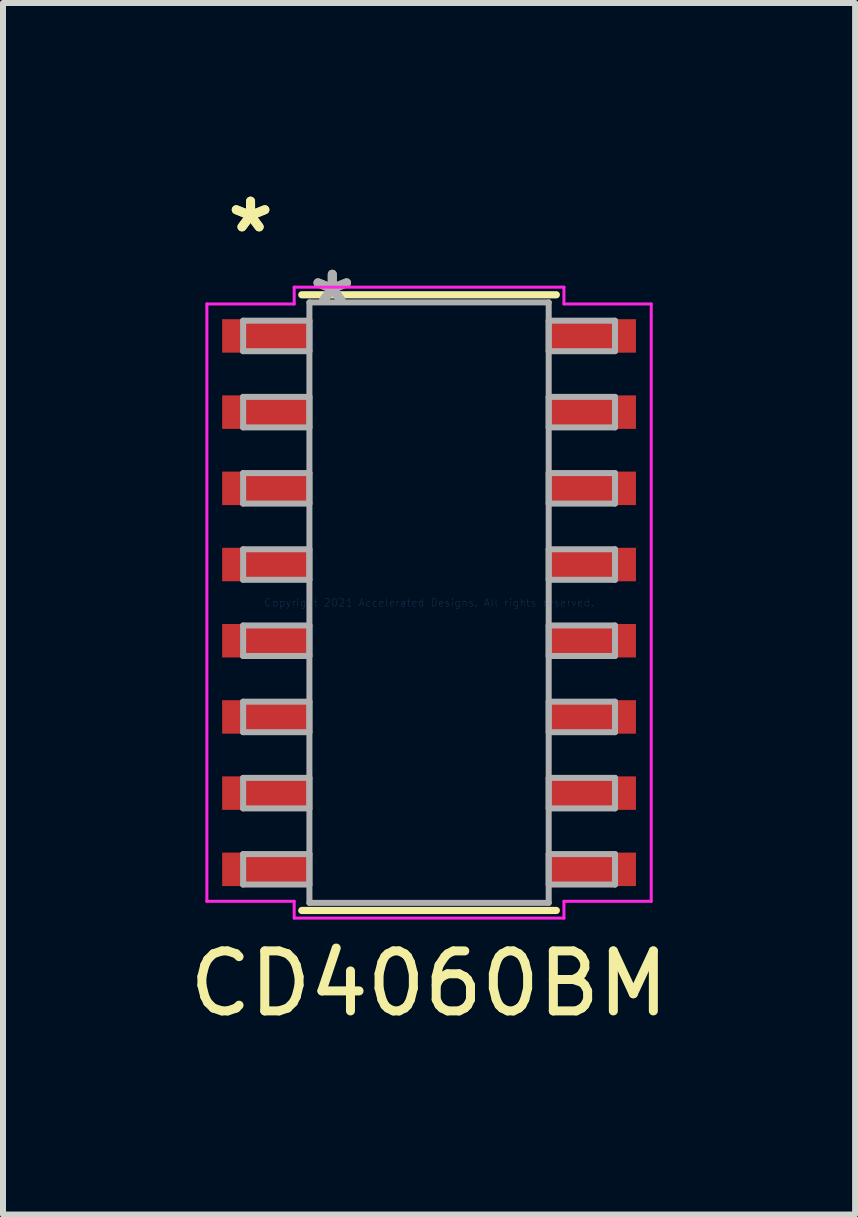
<source format=kicad_pcb>
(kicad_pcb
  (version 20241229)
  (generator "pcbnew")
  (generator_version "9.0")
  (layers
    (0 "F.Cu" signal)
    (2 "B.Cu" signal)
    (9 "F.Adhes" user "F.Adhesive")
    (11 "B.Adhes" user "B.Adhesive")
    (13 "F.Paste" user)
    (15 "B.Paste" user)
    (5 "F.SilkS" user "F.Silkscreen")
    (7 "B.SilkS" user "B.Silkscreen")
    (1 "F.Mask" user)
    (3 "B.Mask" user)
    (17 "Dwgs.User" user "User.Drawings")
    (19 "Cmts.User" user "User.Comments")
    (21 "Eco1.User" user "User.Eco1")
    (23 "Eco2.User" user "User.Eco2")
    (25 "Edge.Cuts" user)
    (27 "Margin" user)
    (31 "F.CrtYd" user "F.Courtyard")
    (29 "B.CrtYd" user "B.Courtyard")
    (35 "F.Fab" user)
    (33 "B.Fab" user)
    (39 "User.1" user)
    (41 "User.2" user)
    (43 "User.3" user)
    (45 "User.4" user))
  (footprint "CD4060BM"
    (layer "F.Cu")
    (at 4.101 6.994)
    (property "Reference" "CD4060BM" (at 0 6.35 0) (layer "F.SilkS") (effects (font (size 1 1) (thickness 0.15))))
    (attr through_hole)
    (fp_line (start -2.121 5.131) (end 2.121 5.131) (stroke (width 0.12) (type solid)) (layer "F.SilkS"))
    (fp_line (start 2.121 -5.131) (end -2.121 -5.131) (stroke (width 0.12) (type solid)) (layer "F.SilkS"))
    (fp_line (start -3.703 -4.978) (end -2.248 -4.978) (stroke (width 0.05) (type solid)) (layer "F.CrtYd"))
    (fp_line (start -3.703 4.978) (end -3.703 -4.978) (stroke (width 0.05) (type solid)) (layer "F.CrtYd"))
    (fp_line (start -2.248 -5.258) (end 2.248 -5.258) (stroke (width 0.05) (type solid)) (layer "F.CrtYd"))
    (fp_line (start -2.248 -4.978) (end -2.248 -5.258) (stroke (width 0.05) (type solid)) (layer "F.CrtYd"))
    (fp_line (start -2.248 4.978) (end -3.703 4.978) (stroke (width 0.05) (type solid)) (layer "F.CrtYd"))
    (fp_line (start -2.248 5.258) (end -2.248 4.978) (stroke (width 0.05) (type solid)) (layer "F.CrtYd"))
    (fp_line (start 2.248 -5.258) (end 2.248 -4.978) (stroke (width 0.05) (type solid)) (layer "F.CrtYd"))
    (fp_line (start 2.248 -4.978) (end 3.703 -4.978) (stroke (width 0.05) (type solid)) (layer "F.CrtYd"))
    (fp_line (start 2.248 4.978) (end 2.248 5.258) (stroke (width 0.05) (type solid)) (layer "F.CrtYd"))
    (fp_line (start 2.248 5.258) (end -2.248 5.258) (stroke (width 0.05) (type solid)) (layer "F.CrtYd"))
    (fp_line (start 3.703 -4.978) (end 3.703 4.978) (stroke (width 0.05) (type solid)) (layer "F.CrtYd"))
    (fp_line (start 3.703 4.978) (end 2.248 4.978) (stroke (width 0.05) (type solid)) (layer "F.CrtYd"))
    (fp_line (start -3.099 -4.699) (end -3.099 -4.191) (stroke (width 0.1) (type solid)) (layer "F.Fab"))
    (fp_line (start -3.099 -4.191) (end -1.994 -4.191) (stroke (width 0.1) (type solid)) (layer "F.Fab"))
    (fp_line (start -3.099 -3.429) (end -3.099 -2.921) (stroke (width 0.1) (type solid)) (layer "F.Fab"))
    (fp_line (start -3.099 -2.921) (end -1.994 -2.921) (stroke (width 0.1) (type solid)) (layer "F.Fab"))
    (fp_line (start -3.099 -2.159) (end -3.099 -1.651) (stroke (width 0.1) (type solid)) (layer "F.Fab"))
    (fp_line (start -3.099 -1.651) (end -1.994 -1.651) (stroke (width 0.1) (type solid)) (layer "F.Fab"))
    (fp_line (start -3.099 -0.889) (end -3.099 -0.381) (stroke (width 0.1) (type solid)) (layer "F.Fab"))
    (fp_line (start -3.099 -0.381) (end -1.994 -0.381) (stroke (width 0.1) (type solid)) (layer "F.Fab"))
    (fp_line (start -3.099 0.381) (end -3.099 0.889) (stroke (width 0.1) (type solid)) (layer "F.Fab"))
    (fp_line (start -3.099 0.889) (end -1.994 0.889) (stroke (width 0.1) (type solid)) (layer "F.Fab"))
    (fp_line (start -3.099 1.651) (end -3.099 2.159) (stroke (width 0.1) (type solid)) (layer "F.Fab"))
    (fp_line (start -3.099 2.159) (end -1.994 2.159) (stroke (width 0.1) (type solid)) (layer "F.Fab"))
    (fp_line (start -3.099 2.921) (end -3.099 3.429) (stroke (width 0.1) (type solid)) (layer "F.Fab"))
    (fp_line (start -3.099 3.429) (end -1.994 3.429) (stroke (width 0.1) (type solid)) (layer "F.Fab"))
    (fp_line (start -3.099 4.191) (end -3.099 4.699) (stroke (width 0.1) (type solid)) (layer "F.Fab"))
    (fp_line (start -3.099 4.699) (end -1.994 4.699) (stroke (width 0.1) (type solid)) (layer "F.Fab"))
    (fp_line (start -1.994 -5.004) (end -1.994 5.004) (stroke (width 0.1) (type solid)) (layer "F.Fab"))
    (fp_line (start -1.994 -4.699) (end -3.099 -4.699) (stroke (width 0.1) (type solid)) (layer "F.Fab"))
    (fp_line (start -1.994 -4.191) (end -1.994 -4.699) (stroke (width 0.1) (type solid)) (layer "F.Fab"))
    (fp_line (start -1.994 -3.429) (end -3.099 -3.429) (stroke (width 0.1) (type solid)) (layer "F.Fab"))
    (fp_line (start -1.994 -2.921) (end -1.994 -3.429) (stroke (width 0.1) (type solid)) (layer "F.Fab"))
    (fp_line (start -1.994 -2.159) (end -3.099 -2.159) (stroke (width 0.1) (type solid)) (layer "F.Fab"))
    (fp_line (start -1.994 -1.651) (end -1.994 -2.159) (stroke (width 0.1) (type solid)) (layer "F.Fab"))
    (fp_line (start -1.994 -0.889) (end -3.099 -0.889) (stroke (width 0.1) (type solid)) (layer "F.Fab"))
    (fp_line (start -1.994 -0.381) (end -1.994 -0.889) (stroke (width 0.1) (type solid)) (layer "F.Fab"))
    (fp_line (start -1.994 0.381) (end -3.099 0.381) (stroke (width 0.1) (type solid)) (layer "F.Fab"))
    (fp_line (start -1.994 0.889) (end -1.994 0.381) (stroke (width 0.1) (type solid)) (layer "F.Fab"))
    (fp_line (start -1.994 1.651) (end -3.099 1.651) (stroke (width 0.1) (type solid)) (layer "F.Fab"))
    (fp_line (start -1.994 2.159) (end -1.994 1.651) (stroke (width 0.1) (type solid)) (layer "F.Fab"))
    (fp_line (start -1.994 2.921) (end -3.099 2.921) (stroke (width 0.1) (type solid)) (layer "F.Fab"))
    (fp_line (start -1.994 3.429) (end -1.994 2.921) (stroke (width 0.1) (type solid)) (layer "F.Fab"))
    (fp_line (start -1.994 4.191) (end -3.099 4.191) (stroke (width 0.1) (type solid)) (layer "F.Fab"))
    (fp_line (start -1.994 4.699) (end -1.994 4.191) (stroke (width 0.1) (type solid)) (layer "F.Fab"))
    (fp_line (start -1.994 5.004) (end 1.994 5.004) (stroke (width 0.1) (type solid)) (layer "F.Fab"))
    (fp_line (start 1.994 -5.004) (end -1.994 -5.004) (stroke (width 0.1) (type solid)) (layer "F.Fab"))
    (fp_line (start 1.994 -4.699) (end 1.994 -4.191) (stroke (width 0.1) (type solid)) (layer "F.Fab"))
    (fp_line (start 1.994 -4.191) (end 3.099 -4.191) (stroke (width 0.1) (type solid)) (layer "F.Fab"))
    (fp_line (start 1.994 -3.429) (end 1.994 -2.921) (stroke (width 0.1) (type solid)) (layer "F.Fab"))
    (fp_line (start 1.994 -2.921) (end 3.099 -2.921) (stroke (width 0.1) (type solid)) (layer "F.Fab"))
    (fp_line (start 1.994 -2.159) (end 1.994 -1.651) (stroke (width 0.1) (type solid)) (layer "F.Fab"))
    (fp_line (start 1.994 -1.651) (end 3.099 -1.651) (stroke (width 0.1) (type solid)) (layer "F.Fab"))
    (fp_line (start 1.994 -0.889) (end 1.994 -0.381) (stroke (width 0.1) (type solid)) (layer "F.Fab"))
    (fp_line (start 1.994 -0.381) (end 3.099 -0.381) (stroke (width 0.1) (type solid)) (layer "F.Fab"))
    (fp_line (start 1.994 0.381) (end 1.994 0.889) (stroke (width 0.1) (type solid)) (layer "F.Fab"))
    (fp_line (start 1.994 0.889) (end 3.099 0.889) (stroke (width 0.1) (type solid)) (layer "F.Fab"))
    (fp_line (start 1.994 1.651) (end 1.994 2.159) (stroke (width 0.1) (type solid)) (layer "F.Fab"))
    (fp_line (start 1.994 2.159) (end 3.099 2.159) (stroke (width 0.1) (type solid)) (layer "F.Fab"))
    (fp_line (start 1.994 2.921) (end 1.994 3.429) (stroke (width 0.1) (type solid)) (layer "F.Fab"))
    (fp_line (start 1.994 3.429) (end 3.099 3.429) (stroke (width 0.1) (type solid)) (layer "F.Fab"))
    (fp_line (start 1.994 4.191) (end 1.994 4.699) (stroke (width 0.1) (type solid)) (layer "F.Fab"))
    (fp_line (start 1.994 4.699) (end 3.099 4.699) (stroke (width 0.1) (type solid)) (layer "F.Fab"))
    (fp_line (start 1.994 5.004) (end 1.994 -5.004) (stroke (width 0.1) (type solid)) (layer "F.Fab"))
    (fp_line (start 3.099 -4.699) (end 1.994 -4.699) (stroke (width 0.1) (type solid)) (layer "F.Fab"))
    (fp_line (start 3.099 -4.191) (end 3.099 -4.699) (stroke (width 0.1) (type solid)) (layer "F.Fab"))
    (fp_line (start 3.099 -3.429) (end 1.994 -3.429) (stroke (width 0.1) (type solid)) (layer "F.Fab"))
    (fp_line (start 3.099 -2.921) (end 3.099 -3.429) (stroke (width 0.1) (type solid)) (layer "F.Fab"))
    (fp_line (start 3.099 -2.159) (end 1.994 -2.159) (stroke (width 0.1) (type solid)) (layer "F.Fab"))
    (fp_line (start 3.099 -1.651) (end 3.099 -2.159) (stroke (width 0.1) (type solid)) (layer "F.Fab"))
    (fp_line (start 3.099 -0.889) (end 1.994 -0.889) (stroke (width 0.1) (type solid)) (layer "F.Fab"))
    (fp_line (start 3.099 -0.381) (end 3.099 -0.889) (stroke (width 0.1) (type solid)) (layer "F.Fab"))
    (fp_line (start 3.099 0.381) (end 1.994 0.381) (stroke (width 0.1) (type solid)) (layer "F.Fab"))
    (fp_line (start 3.099 0.889) (end 3.099 0.381) (stroke (width 0.1) (type solid)) (layer "F.Fab"))
    (fp_line (start 3.099 1.651) (end 1.994 1.651) (stroke (width 0.1) (type solid)) (layer "F.Fab"))
    (fp_line (start 3.099 2.159) (end 3.099 1.651) (stroke (width 0.1) (type solid)) (layer "F.Fab"))
    (fp_line (start 3.099 2.921) (end 1.994 2.921) (stroke (width 0.1) (type solid)) (layer "F.Fab"))
    (fp_line (start 3.099 3.429) (end 3.099 2.921) (stroke (width 0.1) (type solid)) (layer "F.Fab"))
    (fp_line (start 3.099 4.191) (end 1.994 4.191) (stroke (width 0.1) (type solid)) (layer "F.Fab"))
    (fp_line (start 3.099 4.699) (end 3.099 4.191) (stroke (width 0.1) (type solid)) (layer "F.Fab"))
    (fp_text user "*" (at -2.975 -6.146 0) (layer "F.SilkS") (effects (font (size 1 1) (thickness 0.15))))
    (fp_text user "*" (at -2.975 -6.146 0) (layer "F.SilkS") (effects (font (size 1 1) (thickness 0.15))))
    (fp_text user "Copyright 2021 Accelerated Designs. All rights reserved." (at 0 0 0) (layer "Cmts.User") (effects (font (size 0.127 0.127) (thickness 0.002))))
    (fp_text user "*" (at -1.613 -4.928 0) (layer "F.Fab") (effects (font (size 1 1) (thickness 0.15))))
    (fp_text user "*" (at -1.613 -4.928 0) (layer "F.Fab") (effects (font (size 1 1) (thickness 0.15))))
    (pad "1" smd rect (at -2.721 -4.445) (size 1.455 0.558) (layers "F.Cu" "F.Mask" "F.Paste"))
    (pad "2" smd rect (at -2.721 -3.175) (size 1.455 0.558) (layers "F.Cu" "F.Mask" "F.Paste"))
    (pad "3" smd rect (at -2.721 -1.905) (size 1.455 0.558) (layers "F.Cu" "F.Mask" "F.Paste"))
    (pad "4" smd rect (at -2.721 -0.635) (size 1.455 0.558) (layers "F.Cu" "F.Mask" "F.Paste"))
    (pad "5" smd rect (at -2.721 0.635) (size 1.455 0.558) (layers "F.Cu" "F.Mask" "F.Paste"))
    (pad "6" smd rect (at -2.721 1.905) (size 1.455 0.558) (layers "F.Cu" "F.Mask" "F.Paste"))
    (pad "7" smd rect (at -2.721 3.175) (size 1.455 0.558) (layers "F.Cu" "F.Mask" "F.Paste"))
    (pad "8" smd rect (at -2.721 4.445) (size 1.455 0.558) (layers "F.Cu" "F.Mask" "F.Paste"))
    (pad "9" smd rect (at 2.721 4.445) (size 1.455 0.558) (layers "F.Cu" "F.Mask" "F.Paste"))
    (pad "10" smd rect (at 2.721 3.175) (size 1.455 0.558) (layers "F.Cu" "F.Mask" "F.Paste"))
    (pad "11" smd rect (at 2.721 1.905) (size 1.455 0.558) (layers "F.Cu" "F.Mask" "F.Paste"))
    (pad "12" smd rect (at 2.721 0.635) (size 1.455 0.558) (layers "F.Cu" "F.Mask" "F.Paste"))
    (pad "13" smd rect (at 2.721 -0.635) (size 1.455 0.558) (layers "F.Cu" "F.Mask" "F.Paste"))
    (pad "14" smd rect (at 2.721 -1.905) (size 1.455 0.558) (layers "F.Cu" "F.Mask" "F.Paste"))
    (pad "15" smd rect (at 2.721 -3.175) (size 1.455 0.558) (layers "F.Cu" "F.Mask" "F.Paste"))
    (pad "16" smd rect (at 2.721 -4.445) (size 1.455 0.558) (layers "F.Cu" "F.Mask" "F.Paste")))
  (gr_rect
    (start -3 -3)
    (end 11.202 17.192)
    (stroke (width 0.1) (type default))
    (fill no)
    (layer "Edge.Cuts")))
</source>
